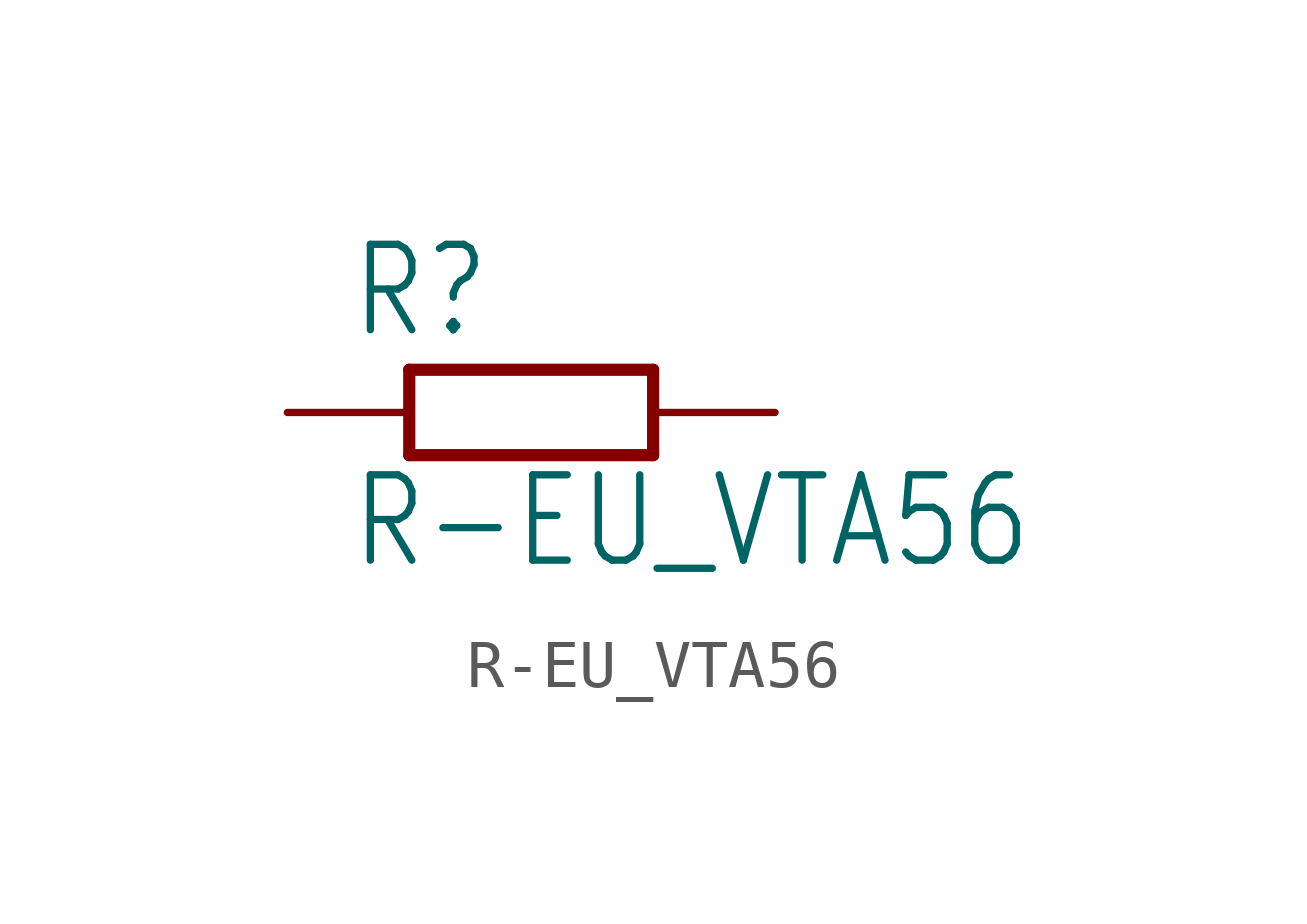
<source format=kicad_sym>
(kicad_symbol_lib
  (version 20201005)
  (generator kicad_symbol_editor)
  (symbol "R-EU_VTA56"
    (property "Reference" "R"
      (at -3.81 1.499 0)
      (effects (font (size 1.778 1.511)) (justify left bottom)))
    (property "Value" "R-EU_VTA56"
      (at -3.81 -3.302 0)
      (effects (font (size 1.778 1.511)) (justify left bottom)))
    (property "ki_locked" ""
      (at 0 0 0)
      (effects (font (size 1.27 1.27))))
    (symbol "R-EU_VTA56_1_0"
      (polyline (pts (xy -2.54 -0.889) (xy 2.54 -0.889)) (stroke (width 0.254)) (fill (type none)))
      (polyline (pts (xy 2.54 0.889) (xy -2.54 0.889)) (stroke (width 0.254)) (fill (type none)))
      (polyline (pts (xy 2.54 -0.889) (xy 2.54 0.889)) (stroke (width 0.254)) (fill (type none)))
      (polyline (pts (xy -2.54 -0.889) (xy -2.54 0.889)) (stroke (width 0.254)) (fill (type none)))
      (pin passive line (at 5.08 0 180) (length 2.54) (name "2" (effects (font (size 0 0)))) (number "2" (effects (font (size 0 0)))))
      (pin passive line (at -5.08 0 0) (length 2.54) (name "1" (effects (font (size 0 0)))) (number "1" (effects (font (size 0 0))))))))
</source>
